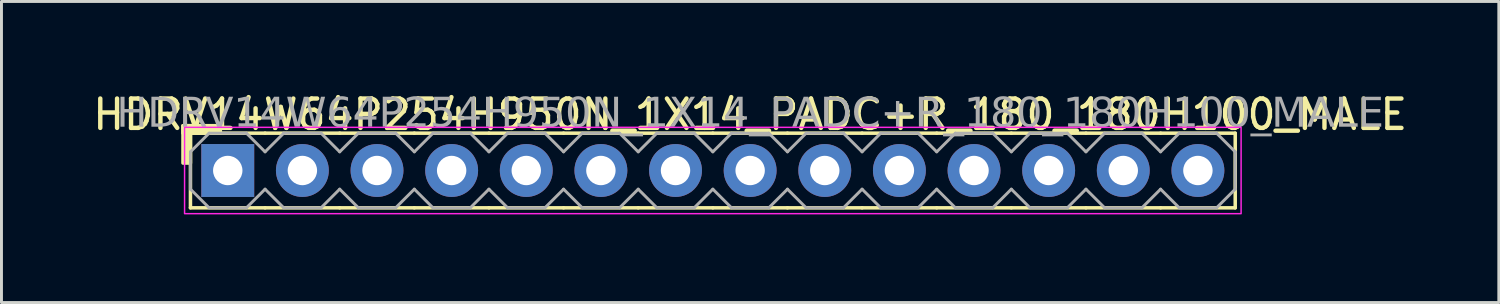
<source format=kicad_pcb>
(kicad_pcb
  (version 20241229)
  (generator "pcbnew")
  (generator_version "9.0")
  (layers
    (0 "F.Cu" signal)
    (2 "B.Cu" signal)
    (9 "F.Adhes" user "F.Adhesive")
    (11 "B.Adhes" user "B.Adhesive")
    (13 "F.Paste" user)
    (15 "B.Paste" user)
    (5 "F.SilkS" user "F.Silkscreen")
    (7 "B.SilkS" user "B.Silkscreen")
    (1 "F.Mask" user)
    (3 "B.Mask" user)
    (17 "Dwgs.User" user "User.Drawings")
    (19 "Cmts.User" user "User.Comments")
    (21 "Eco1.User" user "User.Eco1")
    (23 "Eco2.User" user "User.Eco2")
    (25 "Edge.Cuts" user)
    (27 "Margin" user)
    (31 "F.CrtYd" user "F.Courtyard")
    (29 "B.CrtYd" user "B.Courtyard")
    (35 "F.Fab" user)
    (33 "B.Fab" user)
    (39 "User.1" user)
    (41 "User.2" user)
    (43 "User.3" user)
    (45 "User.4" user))
  (footprint "HDRV14W64P254H950N_1X14_PADC+R_180_180H100_MALE"
    (layer "F.Cu")
    (at 21.212 2.753)
    (property "Reference" "HDRV14W64P254H950N_1X14_PADC+R_180_180H100_MALE" (at 1.27 -1.905 0) (layer "F.SilkS") (effects (font (size 1 1) (thickness 0.15))))
    (attr through_hole)
    (fp_line (start -17.78 1.27) (end -17.78 -1.27) (stroke (width 0.12) (type solid)) (layer "F.SilkS"))
    (fp_line (start -15.24 -1.27) (end -17.78 -1.27) (stroke (width 0.12) (type solid)) (layer "F.SilkS"))
    (fp_line (start -15.24 1.27) (end -17.78 1.27) (stroke (width 0.12) (type solid)) (layer "F.SilkS"))
    (fp_line (start -12.7 -1.27) (end -15.24 -1.27) (stroke (width 0.12) (type solid)) (layer "F.SilkS"))
    (fp_line (start -12.7 1.27) (end -15.24 1.27) (stroke (width 0.12) (type solid)) (layer "F.SilkS"))
    (fp_line (start -10.16 -1.27) (end -12.7 -1.27) (stroke (width 0.12) (type solid)) (layer "F.SilkS"))
    (fp_line (start -10.16 1.27) (end -12.7 1.27) (stroke (width 0.12) (type solid)) (layer "F.SilkS"))
    (fp_line (start -7.62 -1.27) (end -10.16 -1.27) (stroke (width 0.12) (type solid)) (layer "F.SilkS"))
    (fp_line (start -7.62 1.27) (end -10.16 1.27) (stroke (width 0.12) (type solid)) (layer "F.SilkS"))
    (fp_line (start -5.08 -1.27) (end -7.62 -1.27) (stroke (width 0.12) (type solid)) (layer "F.SilkS"))
    (fp_line (start -5.08 1.27) (end -7.62 1.27) (stroke (width 0.12) (type solid)) (layer "F.SilkS"))
    (fp_line (start -2.54 -1.27) (end -5.08 -1.27) (stroke (width 0.12) (type solid)) (layer "F.SilkS"))
    (fp_line (start -2.54 1.27) (end -5.08 1.27) (stroke (width 0.12) (type solid)) (layer "F.SilkS"))
    (fp_line (start 0 -1.27) (end -2.54 -1.27) (stroke (width 0.12) (type solid)) (layer "F.SilkS"))
    (fp_line (start 0 1.27) (end -2.54 1.27) (stroke (width 0.12) (type solid)) (layer "F.SilkS"))
    (fp_line (start 2.54 -1.27) (end 0 -1.27) (stroke (width 0.12) (type solid)) (layer "F.SilkS"))
    (fp_line (start 2.54 1.27) (end 0 1.27) (stroke (width 0.12) (type solid)) (layer "F.SilkS"))
    (fp_line (start 5.08 -1.27) (end 2.54 -1.27) (stroke (width 0.12) (type solid)) (layer "F.SilkS"))
    (fp_line (start 5.08 1.27) (end 2.54 1.27) (stroke (width 0.12) (type solid)) (layer "F.SilkS"))
    (fp_line (start 7.62 -1.27) (end 5.08 -1.27) (stroke (width 0.12) (type solid)) (layer "F.SilkS"))
    (fp_line (start 7.62 1.27) (end 5.08 1.27) (stroke (width 0.12) (type solid)) (layer "F.SilkS"))
    (fp_line (start 10.16 -1.27) (end 7.62 -1.27) (stroke (width 0.12) (type solid)) (layer "F.SilkS"))
    (fp_line (start 10.16 1.27) (end 7.62 1.27) (stroke (width 0.12) (type solid)) (layer "F.SilkS"))
    (fp_line (start 12.7 -1.27) (end 10.16 -1.27) (stroke (width 0.12) (type solid)) (layer "F.SilkS"))
    (fp_line (start 12.7 1.27) (end 10.16 1.27) (stroke (width 0.12) (type solid)) (layer "F.SilkS"))
    (fp_line (start 15.24 -1.27) (end 12.7 -1.27) (stroke (width 0.12) (type solid)) (layer "F.SilkS"))
    (fp_line (start 15.24 1.27) (end 12.7 1.27) (stroke (width 0.12) (type solid)) (layer "F.SilkS"))
    (fp_line (start 17.78 -1.27) (end 15.24 -1.27) (stroke (width 0.12) (type solid)) (layer "F.SilkS"))
    (fp_line (start 17.78 1.27) (end 15.24 1.27) (stroke (width 0.12) (type solid)) (layer "F.SilkS"))
    (fp_line (start 17.78 1.27) (end 17.78 -1.27) (stroke (width 0.12) (type solid)) (layer "F.SilkS"))
    (fp_rect (start -18.034 -0.254) (end -17.78 -1.524) (stroke (width 0.12) (type solid)) (fill yes) (layer "F.SilkS"))
    (fp_rect (start -16.764 -1.27) (end -18.034 -1.524) (stroke (width 0.12) (type solid)) (fill yes) (layer "F.SilkS"))
    (fp_rect (start -17.98 -1.47) (end 17.98 1.47) (stroke (width 0.05) (type default)) (fill no) (layer "F.CrtYd"))
    (fp_line (start -17.78 -0.635) (end -17.78 0.635) (stroke (width 0.1) (type solid)) (layer "F.Fab"))
    (fp_line (start -17.78 -0.635) (end -17.145 -1.27) (stroke (width 0.1) (type solid)) (layer "F.Fab"))
    (fp_line (start -17.145 -1.27) (end -15.875 -1.27) (stroke (width 0.1) (type solid)) (layer "F.Fab"))
    (fp_line (start -17.145 1.27) (end -17.78 0.635) (stroke (width 0.1) (type solid)) (layer "F.Fab"))
    (fp_line (start -15.875 -1.27) (end -15.24 -0.635) (stroke (width 0.1) (type solid)) (layer "F.Fab"))
    (fp_line (start -15.875 1.27) (end -17.145 1.27) (stroke (width 0.1) (type solid)) (layer "F.Fab"))
    (fp_line (start -15.24 -0.635) (end -14.605 -1.27) (stroke (width 0.1) (type solid)) (layer "F.Fab"))
    (fp_line (start -15.24 0.635) (end -15.875 1.27) (stroke (width 0.1) (type solid)) (layer "F.Fab"))
    (fp_line (start -14.605 -1.27) (end -13.335 -1.27) (stroke (width 0.1) (type solid)) (layer "F.Fab"))
    (fp_line (start -14.605 1.27) (end -15.24 0.635) (stroke (width 0.1) (type solid)) (layer "F.Fab"))
    (fp_line (start -13.335 -1.27) (end -12.7 -0.635) (stroke (width 0.1) (type solid)) (layer "F.Fab"))
    (fp_line (start -13.335 1.27) (end -14.605 1.27) (stroke (width 0.1) (type solid)) (layer "F.Fab"))
    (fp_line (start -12.7 -0.635) (end -12.065 -1.27) (stroke (width 0.1) (type solid)) (layer "F.Fab"))
    (fp_line (start -12.7 0.635) (end -13.335 1.27) (stroke (width 0.1) (type solid)) (layer "F.Fab"))
    (fp_line (start -12.065 -1.27) (end -10.795 -1.27) (stroke (width 0.1) (type solid)) (layer "F.Fab"))
    (fp_line (start -12.065 1.27) (end -12.7 0.635) (stroke (width 0.1) (type solid)) (layer "F.Fab"))
    (fp_line (start -10.795 -1.27) (end -10.16 -0.635) (stroke (width 0.1) (type solid)) (layer "F.Fab"))
    (fp_line (start -10.795 1.27) (end -12.065 1.27) (stroke (width 0.1) (type solid)) (layer "F.Fab"))
    (fp_line (start -10.16 -0.635) (end -9.525 -1.27) (stroke (width 0.1) (type solid)) (layer "F.Fab"))
    (fp_line (start -10.16 0.635) (end -10.795 1.27) (stroke (width 0.1) (type solid)) (layer "F.Fab"))
    (fp_line (start -9.525 -1.27) (end -8.255 -1.27) (stroke (width 0.1) (type solid)) (layer "F.Fab"))
    (fp_line (start -9.525 1.27) (end -10.16 0.635) (stroke (width 0.1) (type solid)) (layer "F.Fab"))
    (fp_line (start -8.255 -1.27) (end -7.62 -0.635) (stroke (width 0.1) (type solid)) (layer "F.Fab"))
    (fp_line (start -8.255 1.27) (end -9.525 1.27) (stroke (width 0.1) (type solid)) (layer "F.Fab"))
    (fp_line (start -7.62 -0.635) (end -6.985 -1.27) (stroke (width 0.1) (type solid)) (layer "F.Fab"))
    (fp_line (start -7.62 0.635) (end -8.255 1.27) (stroke (width 0.1) (type solid)) (layer "F.Fab"))
    (fp_line (start -6.985 -1.27) (end -5.715 -1.27) (stroke (width 0.1) (type solid)) (layer "F.Fab"))
    (fp_line (start -6.985 1.27) (end -7.62 0.635) (stroke (width 0.1) (type solid)) (layer "F.Fab"))
    (fp_line (start -5.715 -1.27) (end -5.08 -0.635) (stroke (width 0.1) (type solid)) (layer "F.Fab"))
    (fp_line (start -5.715 1.27) (end -6.985 1.27) (stroke (width 0.1) (type solid)) (layer "F.Fab"))
    (fp_line (start -5.08 -0.635) (end -4.445 -1.27) (stroke (width 0.1) (type solid)) (layer "F.Fab"))
    (fp_line (start -5.08 0.635) (end -5.715 1.27) (stroke (width 0.1) (type solid)) (layer "F.Fab"))
    (fp_line (start -4.445 -1.27) (end -3.175 -1.27) (stroke (width 0.1) (type solid)) (layer "F.Fab"))
    (fp_line (start -4.445 1.27) (end -5.08 0.635) (stroke (width 0.1) (type solid)) (layer "F.Fab"))
    (fp_line (start -3.175 -1.27) (end -2.54 -0.635) (stroke (width 0.1) (type solid)) (layer "F.Fab"))
    (fp_line (start -3.175 1.27) (end -4.445 1.27) (stroke (width 0.1) (type solid)) (layer "F.Fab"))
    (fp_line (start -2.54 -0.635) (end -1.905 -1.27) (stroke (width 0.1) (type solid)) (layer "F.Fab"))
    (fp_line (start -2.54 0.635) (end -3.175 1.27) (stroke (width 0.1) (type solid)) (layer "F.Fab"))
    (fp_line (start -1.905 -1.27) (end -0.635 -1.27) (stroke (width 0.1) (type solid)) (layer "F.Fab"))
    (fp_line (start -1.905 1.27) (end -2.54 0.635) (stroke (width 0.1) (type solid)) (layer "F.Fab"))
    (fp_line (start -0.635 -1.27) (end 0 -0.635) (stroke (width 0.1) (type solid)) (layer "F.Fab"))
    (fp_line (start -0.635 1.27) (end -1.905 1.27) (stroke (width 0.1) (type solid)) (layer "F.Fab"))
    (fp_line (start 0 -0.635) (end 0.635 -1.27) (stroke (width 0.1) (type solid)) (layer "F.Fab"))
    (fp_line (start 0 0.635) (end -0.635 1.27) (stroke (width 0.1) (type solid)) (layer "F.Fab"))
    (fp_line (start 0.635 -1.27) (end 1.905 -1.27) (stroke (width 0.1) (type solid)) (layer "F.Fab"))
    (fp_line (start 0.635 1.27) (end 0 0.635) (stroke (width 0.1) (type solid)) (layer "F.Fab"))
    (fp_line (start 1.905 -1.27) (end 2.54 -0.635) (stroke (width 0.1) (type solid)) (layer "F.Fab"))
    (fp_line (start 1.905 1.27) (end 0.635 1.27) (stroke (width 0.1) (type solid)) (layer "F.Fab"))
    (fp_line (start 2.54 -0.635) (end 3.175 -1.27) (stroke (width 0.1) (type solid)) (layer "F.Fab"))
    (fp_line (start 2.54 0.635) (end 1.905 1.27) (stroke (width 0.1) (type solid)) (layer "F.Fab"))
    (fp_line (start 3.175 -1.27) (end 4.445 -1.27) (stroke (width 0.1) (type solid)) (layer "F.Fab"))
    (fp_line (start 3.175 1.27) (end 2.54 0.635) (stroke (width 0.1) (type solid)) (layer "F.Fab"))
    (fp_line (start 4.445 -1.27) (end 5.08 -0.635) (stroke (width 0.1) (type solid)) (layer "F.Fab"))
    (fp_line (start 4.445 1.27) (end 3.175 1.27) (stroke (width 0.1) (type solid)) (layer "F.Fab"))
    (fp_line (start 5.08 -0.635) (end 5.715 -1.27) (stroke (width 0.1) (type solid)) (layer "F.Fab"))
    (fp_line (start 5.08 0.635) (end 4.445 1.27) (stroke (width 0.1) (type solid)) (layer "F.Fab"))
    (fp_line (start 5.715 -1.27) (end 6.985 -1.27) (stroke (width 0.1) (type solid)) (layer "F.Fab"))
    (fp_line (start 5.715 1.27) (end 5.08 0.635) (stroke (width 0.1) (type solid)) (layer "F.Fab"))
    (fp_line (start 6.985 -1.27) (end 7.62 -0.635) (stroke (width 0.1) (type solid)) (layer "F.Fab"))
    (fp_line (start 6.985 1.27) (end 5.715 1.27) (stroke (width 0.1) (type solid)) (layer "F.Fab"))
    (fp_line (start 7.62 -0.635) (end 8.255 -1.27) (stroke (width 0.1) (type solid)) (layer "F.Fab"))
    (fp_line (start 7.62 0.635) (end 6.985 1.27) (stroke (width 0.1) (type solid)) (layer "F.Fab"))
    (fp_line (start 8.255 -1.27) (end 9.525 -1.27) (stroke (width 0.1) (type solid)) (layer "F.Fab"))
    (fp_line (start 8.255 1.27) (end 7.62 0.635) (stroke (width 0.1) (type solid)) (layer "F.Fab"))
    (fp_line (start 9.525 -1.27) (end 10.16 -0.635) (stroke (width 0.1) (type solid)) (layer "F.Fab"))
    (fp_line (start 9.525 1.27) (end 8.255 1.27) (stroke (width 0.1) (type solid)) (layer "F.Fab"))
    (fp_line (start 10.16 -0.635) (end 10.795 -1.27) (stroke (width 0.1) (type solid)) (layer "F.Fab"))
    (fp_line (start 10.16 0.635) (end 9.525 1.27) (stroke (width 0.1) (type solid)) (layer "F.Fab"))
    (fp_line (start 10.795 -1.27) (end 12.065 -1.27) (stroke (width 0.1) (type solid)) (layer "F.Fab"))
    (fp_line (start 10.795 1.27) (end 10.16 0.635) (stroke (width 0.1) (type solid)) (layer "F.Fab"))
    (fp_line (start 12.065 -1.27) (end 12.7 -0.635) (stroke (width 0.1) (type solid)) (layer "F.Fab"))
    (fp_line (start 12.065 1.27) (end 10.795 1.27) (stroke (width 0.1) (type solid)) (layer "F.Fab"))
    (fp_line (start 12.7 -0.635) (end 13.335 -1.27) (stroke (width 0.1) (type solid)) (layer "F.Fab"))
    (fp_line (start 12.7 0.635) (end 12.065 1.27) (stroke (width 0.1) (type solid)) (layer "F.Fab"))
    (fp_line (start 13.335 -1.27) (end 14.605 -1.27) (stroke (width 0.1) (type solid)) (layer "F.Fab"))
    (fp_line (start 13.335 1.27) (end 12.7 0.635) (stroke (width 0.1) (type solid)) (layer "F.Fab"))
    (fp_line (start 14.605 -1.27) (end 15.24 -0.635) (stroke (width 0.1) (type solid)) (layer "F.Fab"))
    (fp_line (start 14.605 1.27) (end 13.335 1.27) (stroke (width 0.1) (type solid)) (layer "F.Fab"))
    (fp_line (start 15.24 -0.635) (end 15.875 -1.27) (stroke (width 0.1) (type solid)) (layer "F.Fab"))
    (fp_line (start 15.24 0.635) (end 14.605 1.27) (stroke (width 0.1) (type solid)) (layer "F.Fab"))
    (fp_line (start 15.875 -1.27) (end 17.145 -1.27) (stroke (width 0.1) (type solid)) (layer "F.Fab"))
    (fp_line (start 15.875 1.27) (end 15.24 0.635) (stroke (width 0.1) (type solid)) (layer "F.Fab"))
    (fp_line (start 17.145 -1.27) (end 17.78 -0.635) (stroke (width 0.1) (type solid)) (layer "F.Fab"))
    (fp_line (start 17.145 1.27) (end 15.875 1.27) (stroke (width 0.1) (type solid)) (layer "F.Fab"))
    (fp_line (start 17.78 -0.635) (end 17.78 0.635) (stroke (width 0.1) (type solid)) (layer "F.Fab"))
    (fp_line (start 17.78 0.635) (end 17.145 1.27) (stroke (width 0.1) (type solid)) (layer "F.Fab"))
    (fp_rect (start -16.256 -0.254) (end -16.764 0.254) (stroke (width 0.1) (type solid)) (fill no) (layer "F.Fab"))
    (fp_rect (start -13.716 -0.254) (end -14.224 0.254) (stroke (width 0.1) (type solid)) (fill no) (layer "F.Fab"))
    (fp_rect (start -11.176 -0.254) (end -11.684 0.254) (stroke (width 0.1) (type solid)) (fill no) (layer "F.Fab"))
    (fp_rect (start -8.636 -0.254) (end -9.144 0.254) (stroke (width 0.1) (type solid)) (fill no) (layer "F.Fab"))
    (fp_rect (start -6.096 -0.254) (end -6.604 0.254) (stroke (width 0.1) (type solid)) (fill no) (layer "F.Fab"))
    (fp_rect (start -3.556 -0.254) (end -4.064 0.254) (stroke (width 0.1) (type solid)) (fill no) (layer "F.Fab"))
    (fp_rect (start -1.016 -0.254) (end -1.524 0.254) (stroke (width 0.1) (type solid)) (fill no) (layer "F.Fab"))
    (fp_rect (start 1.524 -0.254) (end 1.016 0.254) (stroke (width 0.1) (type solid)) (fill no) (layer "F.Fab"))
    (fp_rect (start 4.064 -0.254) (end 3.556 0.254) (stroke (width 0.1) (type solid)) (fill no) (layer "F.Fab"))
    (fp_rect (start 6.604 -0.254) (end 6.096 0.254) (stroke (width 0.1) (type solid)) (fill no) (layer "F.Fab"))
    (fp_rect (start 9.144 -0.254) (end 8.636 0.254) (stroke (width 0.1) (type solid)) (fill no) (layer "F.Fab"))
    (fp_rect (start 11.684 -0.254) (end 11.176 0.254) (stroke (width 0.1) (type solid)) (fill no) (layer "F.Fab"))
    (fp_rect (start 14.224 -0.254) (end 13.716 0.254) (stroke (width 0.1) (type solid)) (fill no) (layer "F.Fab"))
    (fp_rect (start 16.764 -0.254) (end 16.256 0.254) (stroke (width 0.1) (type solid)) (fill no) (layer "F.Fab"))
    (fp_text user "${REFERENCE}" (at 1.27 -1.905 0) (layer "F.Fab") (effects (font (face "Tahoma") (size 1 1) (thickness 0.15))))
    (pad "1" thru_hole rect (at -16.51 0) (size 1.8 1.8) (drill 1) (layers "*.Cu" "*.Mask"))
    (pad "2" thru_hole circle (at -13.97 0) (size 1.8 1.8) (drill 1) (layers "*.Cu" "*.Mask"))
    (pad "3" thru_hole circle (at -11.43 0) (size 1.8 1.8) (drill 1) (layers "*.Cu" "*.Mask"))
    (pad "4" thru_hole circle (at -8.89 0) (size 1.8 1.8) (drill 1) (layers "*.Cu" "*.Mask"))
    (pad "5" thru_hole circle (at -6.35 0) (size 1.8 1.8) (drill 1) (layers "*.Cu" "*.Mask"))
    (pad "6" thru_hole circle (at -3.81 0) (size 1.8 1.8) (drill 1) (layers "*.Cu" "*.Mask"))
    (pad "7" thru_hole circle (at -1.27 0) (size 1.8 1.8) (drill 1) (layers "*.Cu" "*.Mask"))
    (pad "8" thru_hole circle (at 1.27 0) (size 1.8 1.8) (drill 1) (layers "*.Cu" "*.Mask"))
    (pad "9" thru_hole circle (at 3.81 0) (size 1.8 1.8) (drill 1) (layers "*.Cu" "*.Mask"))
    (pad "10" thru_hole circle (at 6.35 0) (size 1.8 1.8) (drill 1) (layers "*.Cu" "*.Mask"))
    (pad "11" thru_hole circle (at 8.89 0) (size 1.8 1.8) (drill 1) (layers "*.Cu" "*.Mask"))
    (pad "12" thru_hole circle (at 11.43 0) (size 1.8 1.8) (drill 1) (layers "*.Cu" "*.Mask"))
    (pad "13" thru_hole circle (at 13.97 0) (size 1.8 1.8) (drill 1) (layers "*.Cu" "*.Mask"))
    (pad "14" thru_hole circle (at 16.51 0) (size 1.8 1.8) (drill 1) (layers "*.Cu" "*.Mask")))
  (gr_rect
    (start -3 -3)
    (end 47.964 7.248)
    (stroke (width 0.1) (type default))
    (fill no)
    (layer "Edge.Cuts")))
</source>
